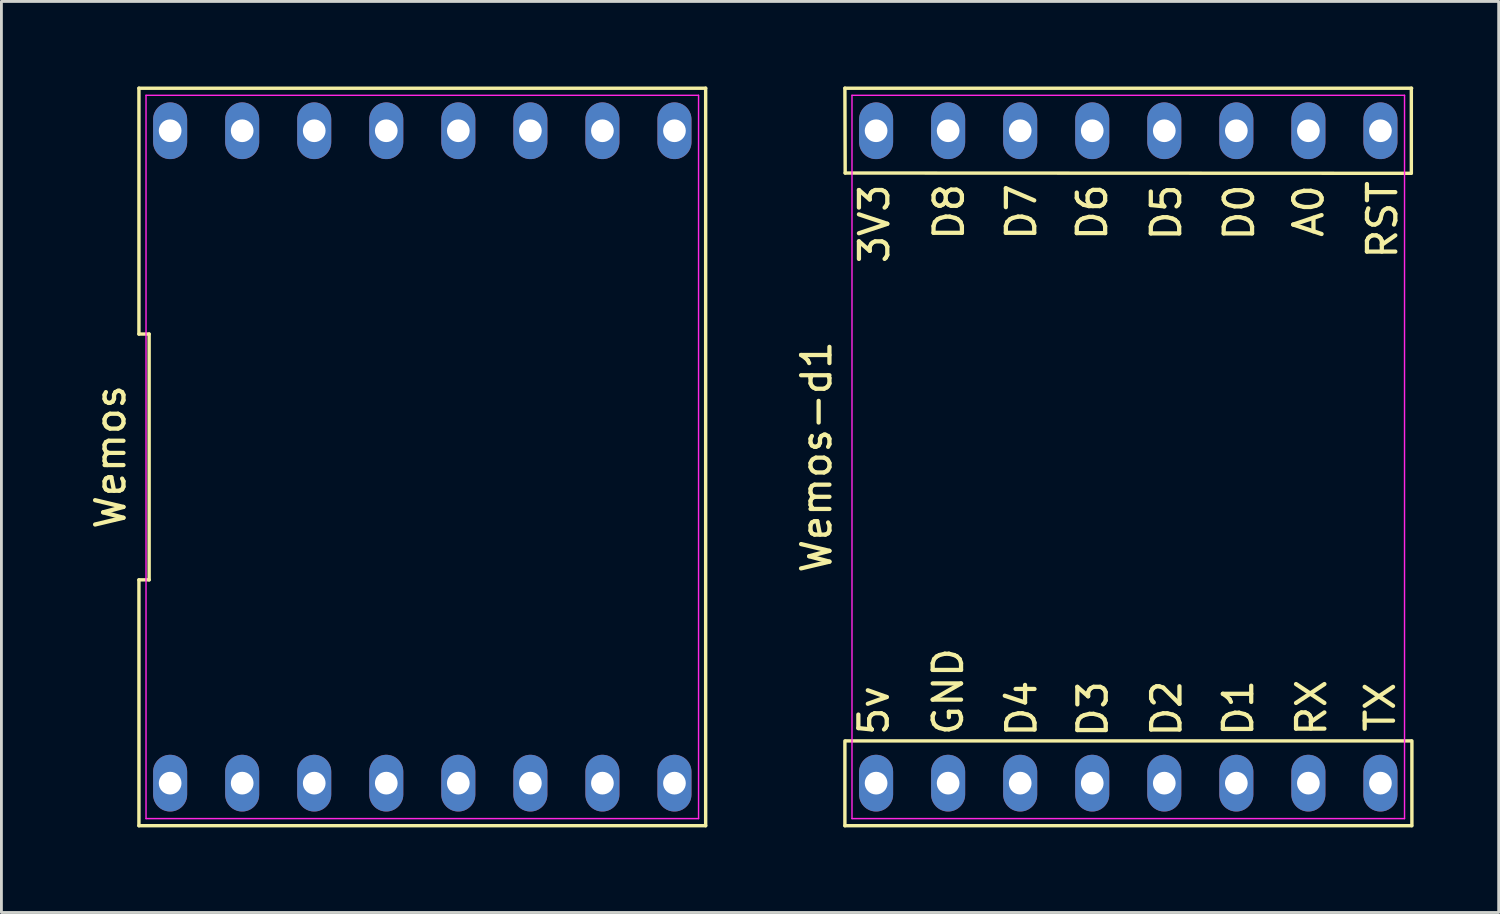
<source format=kicad_pcb>
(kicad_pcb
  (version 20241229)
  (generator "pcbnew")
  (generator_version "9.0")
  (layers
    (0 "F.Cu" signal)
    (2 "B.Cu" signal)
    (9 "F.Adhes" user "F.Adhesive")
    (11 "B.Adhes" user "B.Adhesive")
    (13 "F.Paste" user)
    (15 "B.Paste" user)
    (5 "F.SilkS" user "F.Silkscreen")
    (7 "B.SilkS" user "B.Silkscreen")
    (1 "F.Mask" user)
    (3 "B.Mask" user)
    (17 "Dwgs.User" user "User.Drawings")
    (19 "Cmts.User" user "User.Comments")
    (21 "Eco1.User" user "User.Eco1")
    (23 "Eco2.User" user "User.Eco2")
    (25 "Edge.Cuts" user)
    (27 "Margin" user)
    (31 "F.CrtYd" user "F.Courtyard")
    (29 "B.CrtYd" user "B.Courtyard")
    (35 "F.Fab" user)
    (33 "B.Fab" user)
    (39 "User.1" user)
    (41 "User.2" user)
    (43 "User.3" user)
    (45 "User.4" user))
  (footprint "Wemos-d1"
    (layer "F.Cu")
    (at 36.727 13.06)
    (property "Reference" "Wemos-d1" (at -10.99 0 90) (layer "F.SilkS") (effects (font (size 1 1) (thickness 0.15))))
    (attr through_hole)
    (fp_line (start -9.99 13) (end -9.99 10.01) (stroke (width 0.12) (type solid)) (layer "F.SilkS"))
    (fp_line (start -9.99 13) (end 9.99 13) (stroke (width 0.12) (type solid)) (layer "F.SilkS"))
    (fp_line (start -9.98 -10.01) (end -9.99 -13) (stroke (width 0.12) (type solid)) (layer "F.SilkS"))
    (fp_line (start -9.95 10.01) (end 9.97 10.01) (stroke (width 0.12) (type solid)) (layer "F.SilkS"))
    (fp_line (start 9.97 -10) (end -9.98 -10.01) (stroke (width 0.12) (type solid)) (layer "F.SilkS"))
    (fp_line (start 9.98 -10) (end 9.98 -13) (stroke (width 0.12) (type solid)) (layer "F.SilkS"))
    (fp_line (start 9.99 -13) (end -9.99 -13) (stroke (width 0.12) (type solid)) (layer "F.SilkS"))
    (fp_line (start 10 13) (end 10 10.01) (stroke (width 0.12) (type solid)) (layer "F.SilkS"))
    (fp_line (start -9.74 -12.75) (end 9.74 -12.75) (stroke (width 0.05) (type solid)) (layer "F.CrtYd"))
    (fp_line (start -9.74 12.75) (end -9.74 -12.75) (stroke (width 0.05) (type solid)) (layer "F.CrtYd"))
    (fp_line (start 9.74 -12.75) (end 9.74 12.75) (stroke (width 0.05) (type solid)) (layer "F.CrtYd"))
    (fp_line (start 9.74 12.75) (end -9.74 12.75) (stroke (width 0.05) (type solid)) (layer "F.CrtYd"))
    (fp_text user "D6" (at -1.27 -8.63 90) (layer "F.SilkS") (effects (font (size 1 1) (thickness 0.15))))
    (fp_text user "D3" (at -1.25 8.89 90) (layer "F.SilkS") (effects (font (size 1 1) (thickness 0.15))))
    (fp_text user "D5" (at 1.34 -8.62 90) (layer "F.SilkS") (effects (font (size 1 1) (thickness 0.15))))
    (fp_text user "3V3" (at -8.95 -8.22 90) (layer "F.SilkS") (effects (font (size 1 1) (thickness 0.15))))
    (fp_text user "RX" (at 6.46 8.84 90) (layer "F.SilkS") (effects (font (size 1 1) (thickness 0.15))))
    (fp_text user "5v" (at -8.97 8.94 90) (layer "F.SilkS") (effects (font (size 1 1) (thickness 0.15))))
    (fp_text user "D1" (at 3.88 8.85 90) (layer "F.SilkS") (effects (font (size 1 1) (thickness 0.15))))
    (fp_text user "A0" (at 6.36 -8.67 90) (layer "F.SilkS") (effects (font (size 1 1) (thickness 0.15))))
    (fp_text user "RST" (at 8.96 -8.36 90) (layer "F.SilkS") (effects (font (size 1 1) (thickness 0.15))))
    (fp_text user "D8" (at -6.32 -8.64 90) (layer "F.SilkS") (effects (font (size 1 1) (thickness 0.15))))
    (fp_text user "D7" (at -3.77 -8.64 90) (layer "F.SilkS") (effects (font (size 1 1) (thickness 0.15))))
    (fp_text user "TX" (at 8.88 8.82 90) (layer "F.SilkS") (effects (font (size 1 1) (thickness 0.15))))
    (fp_text user "GND" (at -6.35 8.27 90) (layer "F.SilkS") (effects (font (size 1 1) (thickness 0.15))))
    (fp_text user "D0" (at 3.91 -8.62 90) (layer "F.SilkS") (effects (font (size 1 1) (thickness 0.15))))
    (fp_text user "D2" (at 1.35 8.87 90) (layer "F.SilkS") (effects (font (size 1 1) (thickness 0.15))))
    (fp_text user "D4" (at -3.76 8.87 90) (layer "F.SilkS") (effects (font (size 1 1) (thickness 0.15))))
    (pad "1" thru_hole oval (at -8.89 11.5) (size 1.2 2) (drill 0.8) (layers "*.Cu" "*.Mask"))
    (pad "2" thru_hole oval (at -6.35 11.5) (size 1.2 2) (drill 0.8) (layers "*.Cu" "*.Mask"))
    (pad "3" thru_hole oval (at -3.81 11.5) (size 1.2 2) (drill 0.8) (layers "*.Cu" "*.Mask"))
    (pad "4" thru_hole oval (at -1.27 11.5) (size 1.2 2) (drill 0.8) (layers "*.Cu" "*.Mask"))
    (pad "5" thru_hole oval (at 1.27 11.5) (size 1.2 2) (drill 0.8) (layers "*.Cu" "*.Mask"))
    (pad "6" thru_hole oval (at 3.81 11.5) (size 1.2 2) (drill 0.8) (layers "*.Cu" "*.Mask"))
    (pad "7" thru_hole oval (at 6.35 11.5) (size 1.2 2) (drill 0.8) (layers "*.Cu" "*.Mask"))
    (pad "8" thru_hole oval (at 8.89 11.5) (size 1.2 2) (drill 0.8) (layers "*.Cu" "*.Mask"))
    (pad "9" thru_hole oval (at 8.89 -11.5) (size 1.2 2) (drill 0.8) (layers "*.Cu" "*.Mask"))
    (pad "10" thru_hole oval (at 6.35 -11.5) (size 1.2 2) (drill 0.8) (layers "*.Cu" "*.Mask"))
    (pad "11" thru_hole oval (at 3.81 -11.5) (size 1.2 2) (drill 0.8) (layers "*.Cu" "*.Mask"))
    (pad "12" thru_hole oval (at 1.27 -11.5) (size 1.2 2) (drill 0.8) (layers "*.Cu" "*.Mask"))
    (pad "13" thru_hole oval (at -1.27 -11.5) (size 1.2 2) (drill 0.8) (layers "*.Cu" "*.Mask"))
    (pad "14" thru_hole oval (at -3.81 -11.5) (size 1.2 2) (drill 0.8) (layers "*.Cu" "*.Mask"))
    (pad "15" thru_hole oval (at -6.35 -11.5) (size 1.2 2) (drill 0.8) (layers "*.Cu" "*.Mask"))
    (pad "16" thru_hole oval (at -8.89 -11.5) (size 1.2 2) (drill 0.8) (layers "*.Cu" "*.Mask")))
  (footprint "Wemos"
    (layer "F.Cu")
    (at 11.838 13.06)
    (property "Reference" "Wemos" (at -10.99 0 90) (layer "F.SilkS") (effects (font (size 1 1) (thickness 0.15))))
    (attr through_hole)
    (fp_line (start -9.99 -13) (end -9.99 -4.333) (stroke (width 0.12) (type solid)) (layer "F.SilkS"))
    (fp_line (start -9.99 -4.333) (end -9.63 -4.333) (stroke (width 0.12) (type solid)) (layer "F.SilkS"))
    (fp_line (start -9.99 4.333) (end -9.99 13) (stroke (width 0.12) (type solid)) (layer "F.SilkS"))
    (fp_line (start -9.99 13) (end 9.99 13) (stroke (width 0.12) (type solid)) (layer "F.SilkS"))
    (fp_line (start -9.63 -4.333) (end -9.63 4.333) (stroke (width 0.12) (type solid)) (layer "F.SilkS"))
    (fp_line (start -9.63 4.333) (end -9.99 4.333) (stroke (width 0.12) (type solid)) (layer "F.SilkS"))
    (fp_line (start 9.99 -13) (end -9.99 -13) (stroke (width 0.12) (type solid)) (layer "F.SilkS"))
    (fp_line (start 9.99 13) (end 9.99 -13) (stroke (width 0.12) (type solid)) (layer "F.SilkS"))
    (fp_line (start -9.74 -12.75) (end 9.74 -12.75) (stroke (width 0.05) (type solid)) (layer "F.CrtYd"))
    (fp_line (start -9.74 12.75) (end -9.74 -12.75) (stroke (width 0.05) (type solid)) (layer "F.CrtYd"))
    (fp_line (start 9.74 -12.75) (end 9.74 12.75) (stroke (width 0.05) (type solid)) (layer "F.CrtYd"))
    (fp_line (start 9.74 12.75) (end -9.74 12.75) (stroke (width 0.05) (type solid)) (layer "F.CrtYd"))
    (pad "1" thru_hole oval (at -8.89 11.5) (size 1.2 2) (drill 0.8) (layers "*.Cu" "*.Mask"))
    (pad "2" thru_hole oval (at -6.35 11.5) (size 1.2 2) (drill 0.8) (layers "*.Cu" "*.Mask"))
    (pad "3" thru_hole oval (at -3.81 11.5) (size 1.2 2) (drill 0.8) (layers "*.Cu" "*.Mask"))
    (pad "4" thru_hole oval (at -1.27 11.5) (size 1.2 2) (drill 0.8) (layers "*.Cu" "*.Mask"))
    (pad "5" thru_hole oval (at 1.27 11.5) (size 1.2 2) (drill 0.8) (layers "*.Cu" "*.Mask"))
    (pad "6" thru_hole oval (at 3.81 11.5) (size 1.2 2) (drill 0.8) (layers "*.Cu" "*.Mask"))
    (pad "7" thru_hole oval (at 6.35 11.5) (size 1.2 2) (drill 0.8) (layers "*.Cu" "*.Mask"))
    (pad "8" thru_hole oval (at 8.89 11.5) (size 1.2 2) (drill 0.8) (layers "*.Cu" "*.Mask"))
    (pad "9" thru_hole oval (at 8.89 -11.5) (size 1.2 2) (drill 0.8) (layers "*.Cu" "*.Mask"))
    (pad "10" thru_hole oval (at 6.35 -11.5) (size 1.2 2) (drill 0.8) (layers "*.Cu" "*.Mask"))
    (pad "11" thru_hole oval (at 3.81 -11.5) (size 1.2 2) (drill 0.8) (layers "*.Cu" "*.Mask"))
    (pad "12" thru_hole oval (at 1.27 -11.5) (size 1.2 2) (drill 0.8) (layers "*.Cu" "*.Mask"))
    (pad "13" thru_hole oval (at -1.27 -11.5) (size 1.2 2) (drill 0.8) (layers "*.Cu" "*.Mask"))
    (pad "14" thru_hole oval (at -3.81 -11.5) (size 1.2 2) (drill 0.8) (layers "*.Cu" "*.Mask"))
    (pad "15" thru_hole oval (at -6.35 -11.5) (size 1.2 2) (drill 0.8) (layers "*.Cu" "*.Mask"))
    (pad "16" thru_hole oval (at -8.89 -11.5) (size 1.2 2) (drill 0.8) (layers "*.Cu" "*.Mask")))
  (gr_rect
    (start -3 -3)
    (end 49.786 29.12)
    (stroke (width 0.1) (type default))
    (fill no)
    (layer "Edge.Cuts")))
</source>
